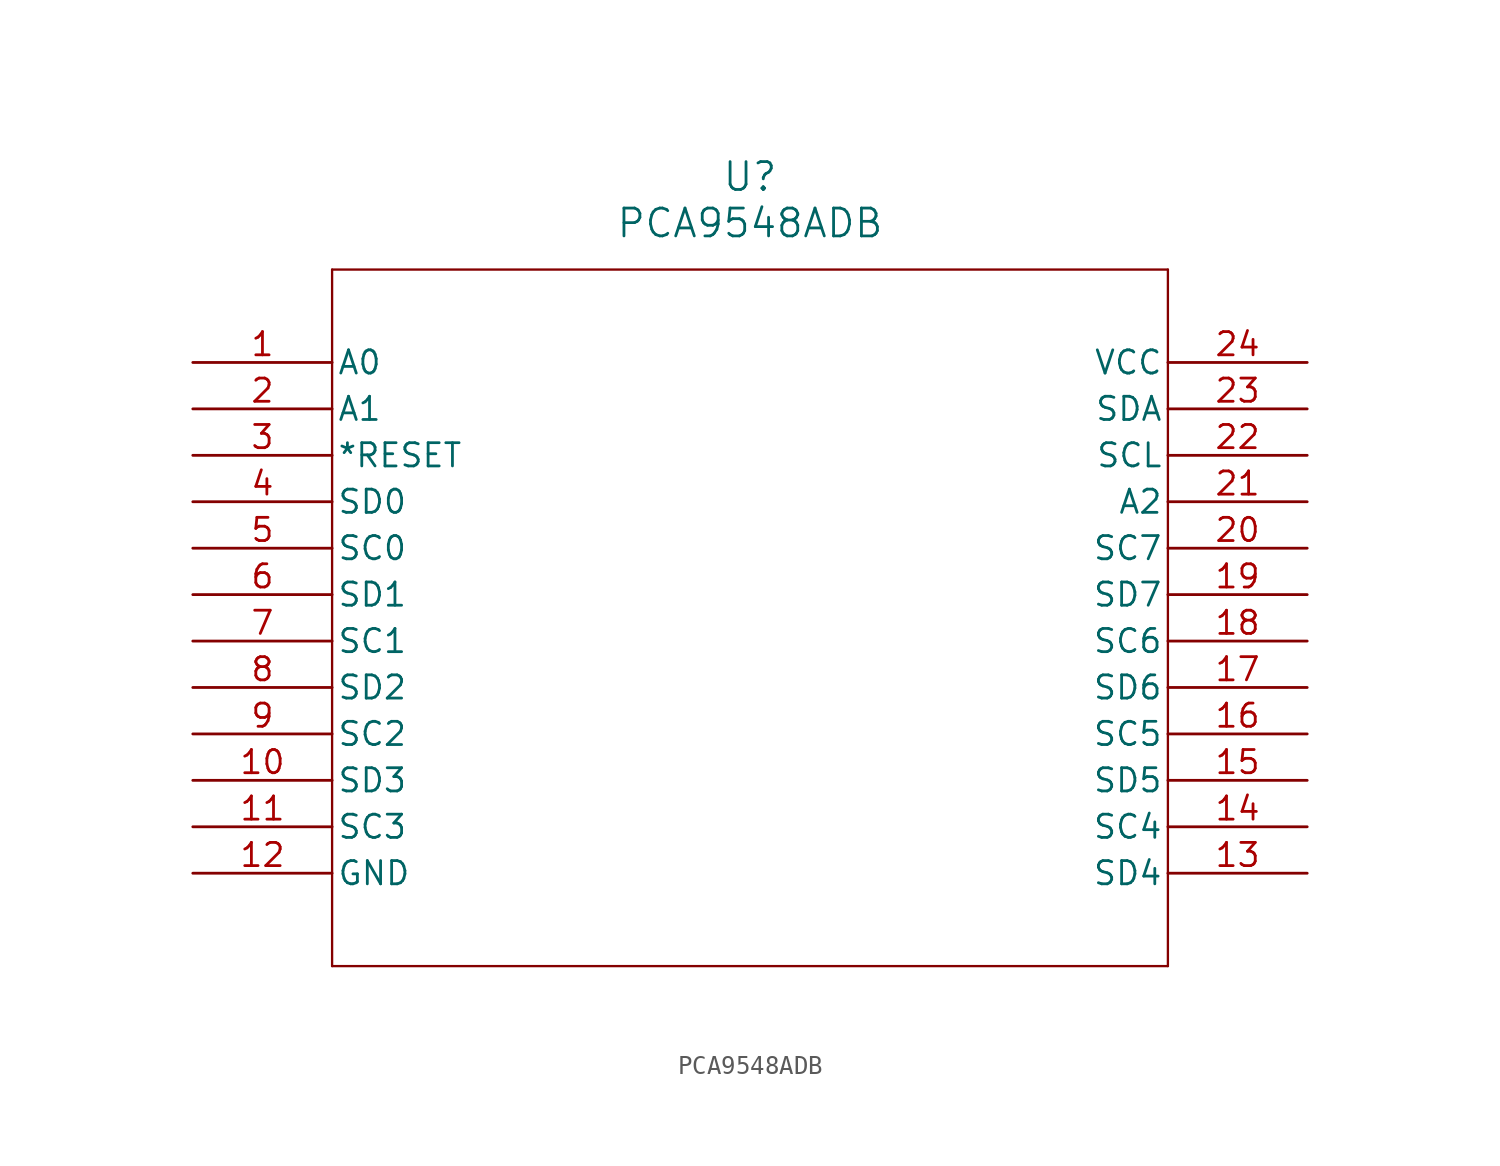
<source format=kicad_sym>
(kicad_symbol_lib
  (version 20211014)
  (generator kicad_symbol_editor)
  (symbol "PCA9548ADB"
    (pin_names
      (offset 0.254))
    (property "Reference" "U"
      (at 30.48 10.16 0)
      (effects (font (size 1.524 1.524))))
    (property "Value" "PCA9548ADB"
      (at 30.48 7.62 0)
      (effects (font (size 1.524 1.524))))
    (symbol "PCA9548ADB_0_1"
      (polyline (pts (xy 7.62 5.08) (xy 7.62 -33.02)) (stroke (width 0.127) (type default) (color 0 0 0 0)) (fill (type none)))
      (polyline (pts (xy 7.62 -33.02) (xy 53.34 -33.02)) (stroke (width 0.127) (type default) (color 0 0 0 0)) (fill (type none)))
      (polyline (pts (xy 53.34 -33.02) (xy 53.34 5.08)) (stroke (width 0.127) (type default) (color 0 0 0 0)) (fill (type none)))
      (polyline (pts (xy 53.34 5.08) (xy 7.62 5.08)) (stroke (width 0.127) (type default) (color 0 0 0 0)) (fill (type none)))
      (pin input line (at 0 0 0) (length 7.62) (name "A0" (effects (font (size 1.27 1.27)))) (number "1" (effects (font (size 1.27 1.27)))))
      (pin input line (at 0 -2.54 0) (length 7.62) (name "A1" (effects (font (size 1.27 1.27)))) (number "2" (effects (font (size 1.27 1.27)))))
      (pin input line (at 0 -5.08 0) (length 7.62) (name "*RESET" (effects (font (size 1.27 1.27)))) (number "3" (effects (font (size 1.27 1.27)))))
      (pin unspecified line (at 0 -7.62 0) (length 7.62) (name "SD0" (effects (font (size 1.27 1.27)))) (number "4" (effects (font (size 1.27 1.27)))))
      (pin unspecified line (at 0 -10.16 0) (length 7.62) (name "SC0" (effects (font (size 1.27 1.27)))) (number "5" (effects (font (size 1.27 1.27)))))
      (pin unspecified line (at 0 -12.7 0) (length 7.62) (name "SD1" (effects (font (size 1.27 1.27)))) (number "6" (effects (font (size 1.27 1.27)))))
      (pin unspecified line (at 0 -15.24 0) (length 7.62) (name "SC1" (effects (font (size 1.27 1.27)))) (number "7" (effects (font (size 1.27 1.27)))))
      (pin unspecified line (at 0 -17.78 0) (length 7.62) (name "SD2" (effects (font (size 1.27 1.27)))) (number "8" (effects (font (size 1.27 1.27)))))
      (pin unspecified line (at 0 -20.32 0) (length 7.62) (name "SC2" (effects (font (size 1.27 1.27)))) (number "9" (effects (font (size 1.27 1.27)))))
      (pin unspecified line (at 0 -22.86 0) (length 7.62) (name "SD3" (effects (font (size 1.27 1.27)))) (number "10" (effects (font (size 1.27 1.27)))))
      (pin unspecified line (at 0 -25.4 0) (length 7.62) (name "SC3" (effects (font (size 1.27 1.27)))) (number "11" (effects (font (size 1.27 1.27)))))
      (pin power_in line (at 0 -27.94 0) (length 7.62) (name "GND" (effects (font (size 1.27 1.27)))) (number "12" (effects (font (size 1.27 1.27)))))
      (pin unspecified line (at 60.96 -27.94 180) (length 7.62) (name "SD4" (effects (font (size 1.27 1.27)))) (number "13" (effects (font (size 1.27 1.27)))))
      (pin unspecified line (at 60.96 -25.4 180) (length 7.62) (name "SC4" (effects (font (size 1.27 1.27)))) (number "14" (effects (font (size 1.27 1.27)))))
      (pin unspecified line (at 60.96 -22.86 180) (length 7.62) (name "SD5" (effects (font (size 1.27 1.27)))) (number "15" (effects (font (size 1.27 1.27)))))
      (pin unspecified line (at 60.96 -20.32 180) (length 7.62) (name "SC5" (effects (font (size 1.27 1.27)))) (number "16" (effects (font (size 1.27 1.27)))))
      (pin unspecified line (at 60.96 -17.78 180) (length 7.62) (name "SD6" (effects (font (size 1.27 1.27)))) (number "17" (effects (font (size 1.27 1.27)))))
      (pin unspecified line (at 60.96 -15.24 180) (length 7.62) (name "SC6" (effects (font (size 1.27 1.27)))) (number "18" (effects (font (size 1.27 1.27)))))
      (pin unspecified line (at 60.96 -12.7 180) (length 7.62) (name "SD7" (effects (font (size 1.27 1.27)))) (number "19" (effects (font (size 1.27 1.27)))))
      (pin unspecified line (at 60.96 -10.16 180) (length 7.62) (name "SC7" (effects (font (size 1.27 1.27)))) (number "20" (effects (font (size 1.27 1.27)))))
      (pin input line (at 60.96 -7.62 180) (length 7.62) (name "A2" (effects (font (size 1.27 1.27)))) (number "21" (effects (font (size 1.27 1.27)))))
      (pin unspecified line (at 60.96 -5.08 180) (length 7.62) (name "SCL" (effects (font (size 1.27 1.27)))) (number "22" (effects (font (size 1.27 1.27)))))
      (pin unspecified line (at 60.96 -2.54 180) (length 7.62) (name "SDA" (effects (font (size 1.27 1.27)))) (number "23" (effects (font (size 1.27 1.27)))))
      (pin power_in line (at 60.96 0 180) (length 7.62) (name "VCC" (effects (font (size 1.27 1.27)))) (number "24" (effects (font (size 1.27 1.27))))))))
</source>
